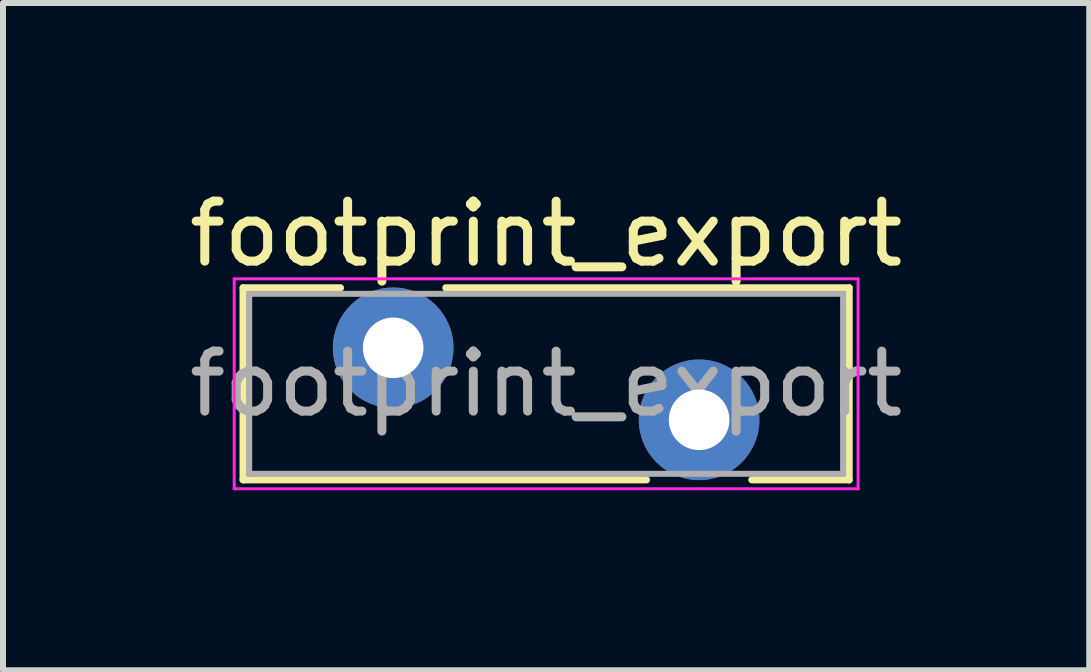
<source format=kicad_pcb>
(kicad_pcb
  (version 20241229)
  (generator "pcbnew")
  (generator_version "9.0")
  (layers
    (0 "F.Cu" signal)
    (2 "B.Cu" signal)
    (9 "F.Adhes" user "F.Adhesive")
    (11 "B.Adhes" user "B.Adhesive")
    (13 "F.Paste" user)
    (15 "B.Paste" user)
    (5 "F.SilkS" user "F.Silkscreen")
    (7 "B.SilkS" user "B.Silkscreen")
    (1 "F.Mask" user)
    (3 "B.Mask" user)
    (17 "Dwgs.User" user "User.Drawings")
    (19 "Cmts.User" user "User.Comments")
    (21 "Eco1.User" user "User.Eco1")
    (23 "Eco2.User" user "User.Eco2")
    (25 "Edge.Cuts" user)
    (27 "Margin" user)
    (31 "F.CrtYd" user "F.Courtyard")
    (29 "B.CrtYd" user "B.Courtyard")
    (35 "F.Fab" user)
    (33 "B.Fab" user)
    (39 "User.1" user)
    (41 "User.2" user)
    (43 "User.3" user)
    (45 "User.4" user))
  (footprint "footprint_export"
    (layer "F.Cu")
    (at 3.504 2.748)
    (property "Reference" "footprint_export" (at 2.55 -1.9 0) (layer "F.SilkS") (effects (font (size 1 1) (thickness 0.15))))
    (attr through_hole)
    (fp_line (start -2.501 -1) (end -2.501 2.2) (stroke (width 0.12) (type solid)) (layer "F.SilkS"))
    (fp_line (start -2.501 -1) (end -0.879 -1) (stroke (width 0.12) (type solid)) (layer "F.SilkS"))
    (fp_line (start -2.501 2.2) (end 4.222 2.2) (stroke (width 0.12) (type solid)) (layer "F.SilkS"))
    (fp_line (start 0.879 -1) (end 7.6 -1) (stroke (width 0.12) (type solid)) (layer "F.SilkS"))
    (fp_line (start 5.979 2.2) (end 7.6 2.2) (stroke (width 0.12) (type solid)) (layer "F.SilkS"))
    (fp_line (start 7.6 -1) (end 7.6 2.2) (stroke (width 0.12) (type solid)) (layer "F.SilkS"))
    (fp_line (start -2.65 -1.15) (end -2.65 2.35) (stroke (width 0.05) (type solid)) (layer "F.CrtYd"))
    (fp_line (start -2.65 2.35) (end 7.75 2.35) (stroke (width 0.05) (type solid)) (layer "F.CrtYd"))
    (fp_line (start 7.75 -1.15) (end -2.65 -1.15) (stroke (width 0.05) (type solid)) (layer "F.CrtYd"))
    (fp_line (start 7.75 2.35) (end 7.75 -1.15) (stroke (width 0.05) (type solid)) (layer "F.CrtYd"))
    (fp_line (start -2.4 -0.9) (end -2.4 2.1) (stroke (width 0.1) (type solid)) (layer "F.Fab"))
    (fp_line (start -2.4 2.1) (end 7.5 2.1) (stroke (width 0.1) (type solid)) (layer "F.Fab"))
    (fp_line (start 7.5 -0.9) (end -2.4 -0.9) (stroke (width 0.1) (type solid)) (layer "F.Fab"))
    (fp_line (start 7.5 2.1) (end 7.5 -0.9) (stroke (width 0.1) (type solid)) (layer "F.Fab"))
    (fp_text user "${REFERENCE}" (at 2.55 0.6 0) (layer "F.Fab") (effects (font (size 1 1) (thickness 0.15))))
    (pad "1" thru_hole circle (at 0 0) (size 2.01 2.01) (drill 1.01) (layers "*.Cu" "*.Mask"))
    (pad "2" thru_hole circle (at 5.1 1.2) (size 2.01 2.01) (drill 1.01) (layers "*.Cu" "*.Mask")))
  (gr_rect
    (start -3 -3)
    (end 15.107 8.123)
    (stroke (width 0.1) (type default))
    (fill no)
    (layer "Edge.Cuts")))
</source>
